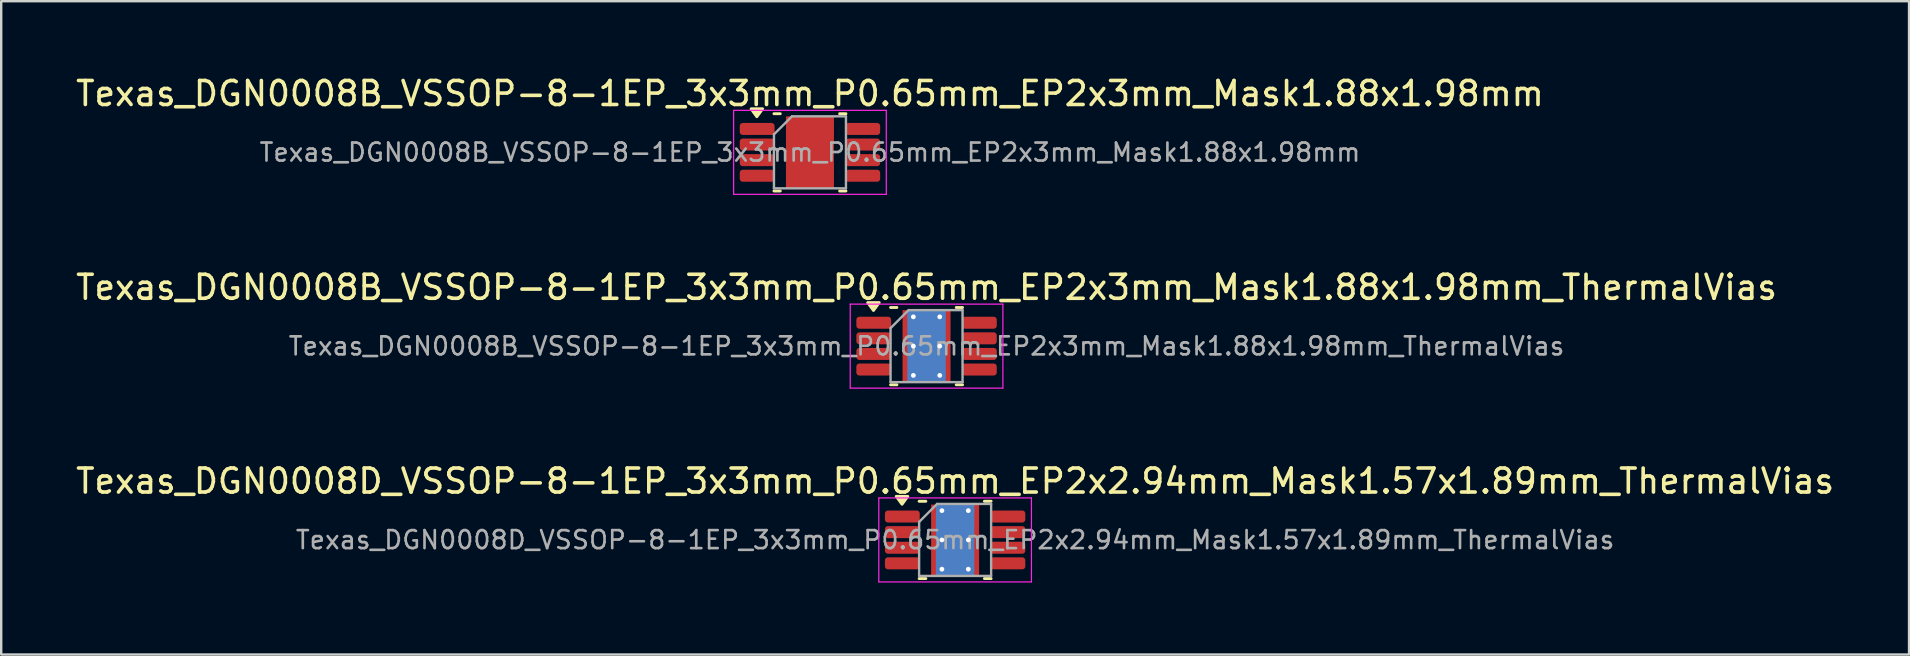
<source format=kicad_pcb>
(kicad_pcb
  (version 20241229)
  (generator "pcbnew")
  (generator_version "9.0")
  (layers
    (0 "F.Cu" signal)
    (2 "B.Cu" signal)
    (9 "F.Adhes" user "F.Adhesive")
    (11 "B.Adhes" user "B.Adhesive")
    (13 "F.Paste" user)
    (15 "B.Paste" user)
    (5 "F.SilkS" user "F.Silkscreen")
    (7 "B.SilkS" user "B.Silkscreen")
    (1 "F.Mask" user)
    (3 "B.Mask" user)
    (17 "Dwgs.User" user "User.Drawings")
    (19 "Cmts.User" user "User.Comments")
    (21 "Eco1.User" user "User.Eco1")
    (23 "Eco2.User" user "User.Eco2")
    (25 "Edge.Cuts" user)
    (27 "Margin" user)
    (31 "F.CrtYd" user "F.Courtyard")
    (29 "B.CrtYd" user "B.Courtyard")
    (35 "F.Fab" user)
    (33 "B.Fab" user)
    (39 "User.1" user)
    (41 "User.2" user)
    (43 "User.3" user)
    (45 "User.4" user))
  (footprint "Texas_DGN0008D_VSSOP-8-1EP_3x3mm_P0.65mm_EP2x2.94mm_Mask1.57x1.89mm_ThermalVias"
    (layer "F.Cu")
    (at 36.744 19.445)
    (property "Reference" "Texas_DGN0008D_VSSOP-8-1EP_3x3mm_P0.65mm_EP2x2.94mm_Mask1.57x1.89mm_ThermalVias" (at 0 -2.45 0) (layer "F.SilkS") (effects (font (size 1 1) (thickness 0.15))))
    (attr smd)
    (fp_line (start -1.219 -1.61) (end -1.5 -1.61) (stroke (width 0.12) (type solid)) (layer "F.SilkS"))
    (fp_line (start -1.219 1.61) (end -1.5 1.61) (stroke (width 0.12) (type solid)) (layer "F.SilkS"))
    (fp_line (start 1.219 -1.61) (end 1.5 -1.61) (stroke (width 0.12) (type solid)) (layer "F.SilkS"))
    (fp_line (start 1.219 1.61) (end 1.5 1.61) (stroke (width 0.12) (type solid)) (layer "F.SilkS"))
    (fp_poly (pts (xy -2.212 -1.485) (xy -2.453 -1.815) (xy -1.972 -1.815) (xy -2.212 -1.485)) (stroke (width 0.12) (type solid)) (fill yes) (layer "F.SilkS"))
    (fp_line (start -3.18 -1.75) (end -3.18 1.75) (stroke (width 0.05) (type solid)) (layer "F.CrtYd"))
    (fp_line (start -3.18 1.75) (end 3.18 1.75) (stroke (width 0.05) (type solid)) (layer "F.CrtYd"))
    (fp_line (start 3.18 -1.75) (end -3.18 -1.75) (stroke (width 0.05) (type solid)) (layer "F.CrtYd"))
    (fp_line (start 3.18 1.75) (end 3.18 -1.75) (stroke (width 0.05) (type solid)) (layer "F.CrtYd"))
    (fp_line (start -1.5 -0.75) (end -0.75 -1.5) (stroke (width 0.1) (type solid)) (layer "F.Fab"))
    (fp_line (start -1.5 1.5) (end -1.5 -0.75) (stroke (width 0.1) (type solid)) (layer "F.Fab"))
    (fp_line (start -0.75 -1.5) (end 1.5 -1.5) (stroke (width 0.1) (type solid)) (layer "F.Fab"))
    (fp_line (start 1.5 -1.5) (end 1.5 1.5) (stroke (width 0.1) (type solid)) (layer "F.Fab"))
    (fp_line (start 1.5 1.5) (end -1.5 1.5) (stroke (width 0.1) (type solid)) (layer "F.Fab"))
    (fp_text user "${REFERENCE}" (at 0 0 0) (layer "F.Fab") (effects (font (size 0.75 0.75) (thickness 0.11))))
    (pad "" smd custom (at 0 -0.472) (size 0.715 0.715) (layers "F.Paste") (options (anchor circle)) (primitives (gr_poly (pts (xy -0.373 -0.306) (xy 0.373 -0.306) (xy 0.373 0.221) (xy 0.288 0.306) (xy -0.288 0.306) (xy -0.373 0.221)) (width 0.206) (fill yes))))
    (pad "" smd rect (at 0 0) (size 1.57 1.89) (layers "F.Mask"))
    (pad "" smd custom (at 0 0.472) (size 0.715 0.715) (layers "F.Paste") (options (anchor circle)) (primitives (gr_poly (pts (xy -0.373 -0.221) (xy -0.288 -0.306) (xy 0.288 -0.306) (xy 0.373 -0.221) (xy 0.373 0.306) (xy -0.373 0.306)) (width 0.206) (fill yes))))
    (pad "1" smd roundrect (at -2.2 -0.975) (size 1.45 0.5) (layers "F.Cu" "F.Mask" "F.Paste") (roundrect_rratio 0.25))
    (pad "2" smd roundrect (at -2.2 -0.325) (size 1.45 0.5) (layers "F.Cu" "F.Mask" "F.Paste") (roundrect_rratio 0.25))
    (pad "3" smd roundrect (at -2.2 0.325) (size 1.45 0.5) (layers "F.Cu" "F.Mask" "F.Paste") (roundrect_rratio 0.25))
    (pad "4" smd roundrect (at -2.2 0.975) (size 1.45 0.5) (layers "F.Cu" "F.Mask" "F.Paste") (roundrect_rratio 0.25))
    (pad "5" smd roundrect (at 2.2 0.975) (size 1.45 0.5) (layers "F.Cu" "F.Mask" "F.Paste") (roundrect_rratio 0.25))
    (pad "6" smd roundrect (at 2.2 0.325) (size 1.45 0.5) (layers "F.Cu" "F.Mask" "F.Paste") (roundrect_rratio 0.25))
    (pad "7" smd roundrect (at 2.2 -0.325) (size 1.45 0.5) (layers "F.Cu" "F.Mask" "F.Paste") (roundrect_rratio 0.25))
    (pad "8" smd roundrect (at 2.2 -0.975) (size 1.45 0.5) (layers "F.Cu" "F.Mask" "F.Paste") (roundrect_rratio 0.25))
    (pad "9" thru_hole circle (at -0.55 -1.22) (size 0.5 0.5) (drill 0.2) (property pad_prop_heatsink) (layers "*.Cu"))
    (pad "9" thru_hole circle (at -0.55 0) (size 0.5 0.5) (drill 0.2) (property pad_prop_heatsink) (layers "*.Cu"))
    (pad "9" thru_hole circle (at -0.55 1.22) (size 0.5 0.5) (drill 0.2) (property pad_prop_heatsink) (layers "*.Cu"))
    (pad "9" smd rect (at 0 0) (size 1.6 2.94) (property pad_prop_heatsink) (layers "B.Cu"))
    (pad "9" smd rect (at 0 0) (size 2 2.94) (property pad_prop_heatsink) (layers "F.Cu"))
    (pad "9" thru_hole circle (at 0.55 -1.22) (size 0.5 0.5) (drill 0.2) (property pad_prop_heatsink) (layers "*.Cu"))
    (pad "9" thru_hole circle (at 0.55 0) (size 0.5 0.5) (drill 0.2) (property pad_prop_heatsink) (layers "*.Cu"))
    (pad "9" thru_hole circle (at 0.55 1.22) (size 0.5 0.5) (drill 0.2) (property pad_prop_heatsink) (layers "*.Cu")))
  (footprint "Texas_DGN0008B_VSSOP-8-1EP_3x3mm_P0.65mm_EP2x3mm_Mask1.88x1.98mm_ThermalVias"
    (layer "F.Cu")
    (at 35.554 11.371)
    (property "Reference" "Texas_DGN0008B_VSSOP-8-1EP_3x3mm_P0.65mm_EP2x3mm_Mask1.88x1.98mm_ThermalVias" (at 0 -2.45 0) (layer "F.SilkS") (effects (font (size 1 1) (thickness 0.15))))
    (attr smd)
    (fp_line (start -1.236 -1.61) (end -1.5 -1.61) (stroke (width 0.12) (type solid)) (layer "F.SilkS"))
    (fp_line (start -1.236 1.61) (end -1.5 1.61) (stroke (width 0.12) (type solid)) (layer "F.SilkS"))
    (fp_line (start 1.236 -1.61) (end 1.5 -1.61) (stroke (width 0.12) (type solid)) (layer "F.SilkS"))
    (fp_line (start 1.236 1.61) (end 1.5 1.61) (stroke (width 0.12) (type solid)) (layer "F.SilkS"))
    (fp_poly (pts (xy -2.212 -1.485) (xy -2.453 -1.815) (xy -1.972 -1.815) (xy -2.212 -1.485)) (stroke (width 0.12) (type solid)) (fill yes) (layer "F.SilkS"))
    (fp_line (start -3.18 -1.75) (end -3.18 1.75) (stroke (width 0.05) (type solid)) (layer "F.CrtYd"))
    (fp_line (start -3.18 1.75) (end 3.18 1.75) (stroke (width 0.05) (type solid)) (layer "F.CrtYd"))
    (fp_line (start 3.18 -1.75) (end -3.18 -1.75) (stroke (width 0.05) (type solid)) (layer "F.CrtYd"))
    (fp_line (start 3.18 1.75) (end 3.18 -1.75) (stroke (width 0.05) (type solid)) (layer "F.CrtYd"))
    (fp_line (start -1.5 -0.75) (end -0.75 -1.5) (stroke (width 0.1) (type solid)) (layer "F.Fab"))
    (fp_line (start -1.5 1.5) (end -1.5 -0.75) (stroke (width 0.1) (type solid)) (layer "F.Fab"))
    (fp_line (start -0.75 -1.5) (end 1.5 -1.5) (stroke (width 0.1) (type solid)) (layer "F.Fab"))
    (fp_line (start 1.5 -1.5) (end 1.5 1.5) (stroke (width 0.1) (type solid)) (layer "F.Fab"))
    (fp_line (start 1.5 1.5) (end -1.5 1.5) (stroke (width 0.1) (type solid)) (layer "F.Fab"))
    (fp_text user "${REFERENCE}" (at 0 0 0) (layer "F.Fab") (effects (font (size 0.75 0.75) (thickness 0.11))))
    (pad "" smd custom (at -0.745 -0.495) (size 0.203 0.203) (layers "F.Paste") (options (anchor circle)) (primitives (gr_poly (pts (xy -0.095 -0.355) (xy 0.095 -0.355) (xy 0.095 0.208) (xy -0.052 0.355) (xy -0.095 0.355)) (width 0.147) (fill yes))))
    (pad "" smd custom (at -0.745 0.495) (size 0.203 0.203) (layers "F.Paste") (options (anchor circle)) (primitives (gr_poly (pts (xy -0.095 -0.355) (xy -0.052 -0.355) (xy 0.095 -0.208) (xy 0.095 0.355) (xy -0.095 0.355)) (width 0.147) (fill yes))))
    (pad "" smd custom (at 0 -0.495) (size 0.756 0.756) (layers "F.Paste") (options (anchor circle)) (primitives (gr_poly (pts (xy -0.375 -0.328) (xy 0.375 -0.328) (xy 0.375 0.244) (xy 0.292 0.328) (xy -0.292 0.328) (xy -0.375 0.244)) (width 0.202) (fill yes))))
    (pad "" smd rect (at 0 0) (size 1.88 1.98) (layers "F.Mask"))
    (pad "" smd custom (at 0 0.495) (size 0.756 0.756) (layers "F.Paste") (options (anchor circle)) (primitives (gr_poly (pts (xy -0.375 -0.244) (xy -0.292 -0.328) (xy 0.292 -0.328) (xy 0.375 -0.244) (xy 0.375 0.328) (xy -0.375 0.328)) (width 0.202) (fill yes))))
    (pad "" smd custom (at 0.745 -0.495) (size 0.203 0.203) (layers "F.Paste") (options (anchor circle)) (primitives (gr_poly (pts (xy -0.095 -0.355) (xy 0.095 -0.355) (xy 0.095 0.355) (xy 0.052 0.355) (xy -0.095 0.208)) (width 0.147) (fill yes))))
    (pad "" smd custom (at 0.745 0.495) (size 0.203 0.203) (layers "F.Paste") (options (anchor circle)) (primitives (gr_poly (pts (xy -0.095 -0.208) (xy 0.052 -0.355) (xy 0.095 -0.355) (xy 0.095 0.355) (xy -0.095 0.355)) (width 0.147) (fill yes))))
    (pad "1" smd roundrect (at -2.2 -0.975) (size 1.45 0.5) (layers "F.Cu" "F.Mask" "F.Paste") (roundrect_rratio 0.25))
    (pad "2" smd roundrect (at -2.2 -0.325) (size 1.45 0.5) (layers "F.Cu" "F.Mask" "F.Paste") (roundrect_rratio 0.25))
    (pad "3" smd roundrect (at -2.2 0.325) (size 1.45 0.5) (layers "F.Cu" "F.Mask" "F.Paste") (roundrect_rratio 0.25))
    (pad "4" smd roundrect (at -2.2 0.975) (size 1.45 0.5) (layers "F.Cu" "F.Mask" "F.Paste") (roundrect_rratio 0.25))
    (pad "5" smd roundrect (at 2.2 0.975) (size 1.45 0.5) (layers "F.Cu" "F.Mask" "F.Paste") (roundrect_rratio 0.25))
    (pad "6" smd roundrect (at 2.2 0.325) (size 1.45 0.5) (layers "F.Cu" "F.Mask" "F.Paste") (roundrect_rratio 0.25))
    (pad "7" smd roundrect (at 2.2 -0.325) (size 1.45 0.5) (layers "F.Cu" "F.Mask" "F.Paste") (roundrect_rratio 0.25))
    (pad "8" smd roundrect (at 2.2 -0.975) (size 1.45 0.5) (layers "F.Cu" "F.Mask" "F.Paste") (roundrect_rratio 0.25))
    (pad "9" thru_hole circle (at -0.55 -1.22) (size 0.5 0.5) (drill 0.2) (property pad_prop_heatsink) (layers "*.Cu"))
    (pad "9" thru_hole circle (at -0.55 0) (size 0.5 0.5) (drill 0.2) (property pad_prop_heatsink) (layers "*.Cu"))
    (pad "9" thru_hole circle (at -0.55 1.22) (size 0.5 0.5) (drill 0.2) (property pad_prop_heatsink) (layers "*.Cu"))
    (pad "9" smd rect (at 0 0) (size 1.6 2.94) (property pad_prop_heatsink) (layers "B.Cu"))
    (pad "9" smd rect (at 0 0) (size 2 3) (property pad_prop_heatsink) (layers "F.Cu"))
    (pad "9" thru_hole circle (at 0.55 -1.22) (size 0.5 0.5) (drill 0.2) (property pad_prop_heatsink) (layers "*.Cu"))
    (pad "9" thru_hole circle (at 0.55 0) (size 0.5 0.5) (drill 0.2) (property pad_prop_heatsink) (layers "*.Cu"))
    (pad "9" thru_hole circle (at 0.55 1.22) (size 0.5 0.5) (drill 0.2) (property pad_prop_heatsink) (layers "*.Cu")))
  (footprint "Texas_DGN0008B_VSSOP-8-1EP_3x3mm_P0.65mm_EP2x3mm_Mask1.88x1.98mm"
    (layer "F.Cu")
    (at 30.696 3.298)
    (property "Reference" "Texas_DGN0008B_VSSOP-8-1EP_3x3mm_P0.65mm_EP2x3mm_Mask1.88x1.98mm" (at 0 -2.45 0) (layer "F.SilkS") (effects (font (size 1 1) (thickness 0.15))))
    (attr smd)
    (fp_line (start -1.236 -1.61) (end -1.5 -1.61) (stroke (width 0.12) (type solid)) (layer "F.SilkS"))
    (fp_line (start -1.236 1.61) (end -1.5 1.61) (stroke (width 0.12) (type solid)) (layer "F.SilkS"))
    (fp_line (start 1.236 -1.61) (end 1.5 -1.61) (stroke (width 0.12) (type solid)) (layer "F.SilkS"))
    (fp_line (start 1.236 1.61) (end 1.5 1.61) (stroke (width 0.12) (type solid)) (layer "F.SilkS"))
    (fp_poly (pts (xy -2.212 -1.485) (xy -2.453 -1.815) (xy -1.972 -1.815) (xy -2.212 -1.485)) (stroke (width 0.12) (type solid)) (fill yes) (layer "F.SilkS"))
    (fp_line (start -3.18 -1.75) (end -3.18 1.75) (stroke (width 0.05) (type solid)) (layer "F.CrtYd"))
    (fp_line (start -3.18 1.75) (end 3.18 1.75) (stroke (width 0.05) (type solid)) (layer "F.CrtYd"))
    (fp_line (start 3.18 -1.75) (end -3.18 -1.75) (stroke (width 0.05) (type solid)) (layer "F.CrtYd"))
    (fp_line (start 3.18 1.75) (end 3.18 -1.75) (stroke (width 0.05) (type solid)) (layer "F.CrtYd"))
    (fp_line (start -1.5 -0.75) (end -0.75 -1.5) (stroke (width 0.1) (type solid)) (layer "F.Fab"))
    (fp_line (start -1.5 1.5) (end -1.5 -0.75) (stroke (width 0.1) (type solid)) (layer "F.Fab"))
    (fp_line (start -0.75 -1.5) (end 1.5 -1.5) (stroke (width 0.1) (type solid)) (layer "F.Fab"))
    (fp_line (start 1.5 -1.5) (end 1.5 1.5) (stroke (width 0.1) (type solid)) (layer "F.Fab"))
    (fp_line (start 1.5 1.5) (end -1.5 1.5) (stroke (width 0.1) (type solid)) (layer "F.Fab"))
    (fp_text user "${REFERENCE}" (at 0 0 0) (layer "F.Fab") (effects (font (size 0.75 0.75) (thickness 0.11))))
    (pad "" smd roundrect (at 0 0) (size 1.52 1.6) (layers "F.Paste") (roundrect_rratio 0.164))
    (pad "" smd rect (at 0 0) (size 1.88 1.98) (layers "F.Mask"))
    (pad "1" smd roundrect (at -2.2 -0.975) (size 1.45 0.5) (layers "F.Cu" "F.Mask" "F.Paste") (roundrect_rratio 0.25))
    (pad "2" smd roundrect (at -2.2 -0.325) (size 1.45 0.5) (layers "F.Cu" "F.Mask" "F.Paste") (roundrect_rratio 0.25))
    (pad "3" smd roundrect (at -2.2 0.325) (size 1.45 0.5) (layers "F.Cu" "F.Mask" "F.Paste") (roundrect_rratio 0.25))
    (pad "4" smd roundrect (at -2.2 0.975) (size 1.45 0.5) (layers "F.Cu" "F.Mask" "F.Paste") (roundrect_rratio 0.25))
    (pad "5" smd roundrect (at 2.2 0.975) (size 1.45 0.5) (layers "F.Cu" "F.Mask" "F.Paste") (roundrect_rratio 0.25))
    (pad "6" smd roundrect (at 2.2 0.325) (size 1.45 0.5) (layers "F.Cu" "F.Mask" "F.Paste") (roundrect_rratio 0.25))
    (pad "7" smd roundrect (at 2.2 -0.325) (size 1.45 0.5) (layers "F.Cu" "F.Mask" "F.Paste") (roundrect_rratio 0.25))
    (pad "8" smd roundrect (at 2.2 -0.975) (size 1.45 0.5) (layers "F.Cu" "F.Mask" "F.Paste") (roundrect_rratio 0.25))
    (pad "9" smd rect (at 0 0) (size 2 3) (property pad_prop_heatsink) (layers "F.Cu")))
  (gr_rect
    (start -3 -3)
    (end 76.488 24.22)
    (stroke (width 0.1) (type default))
    (fill no)
    (layer "Edge.Cuts")))
</source>
